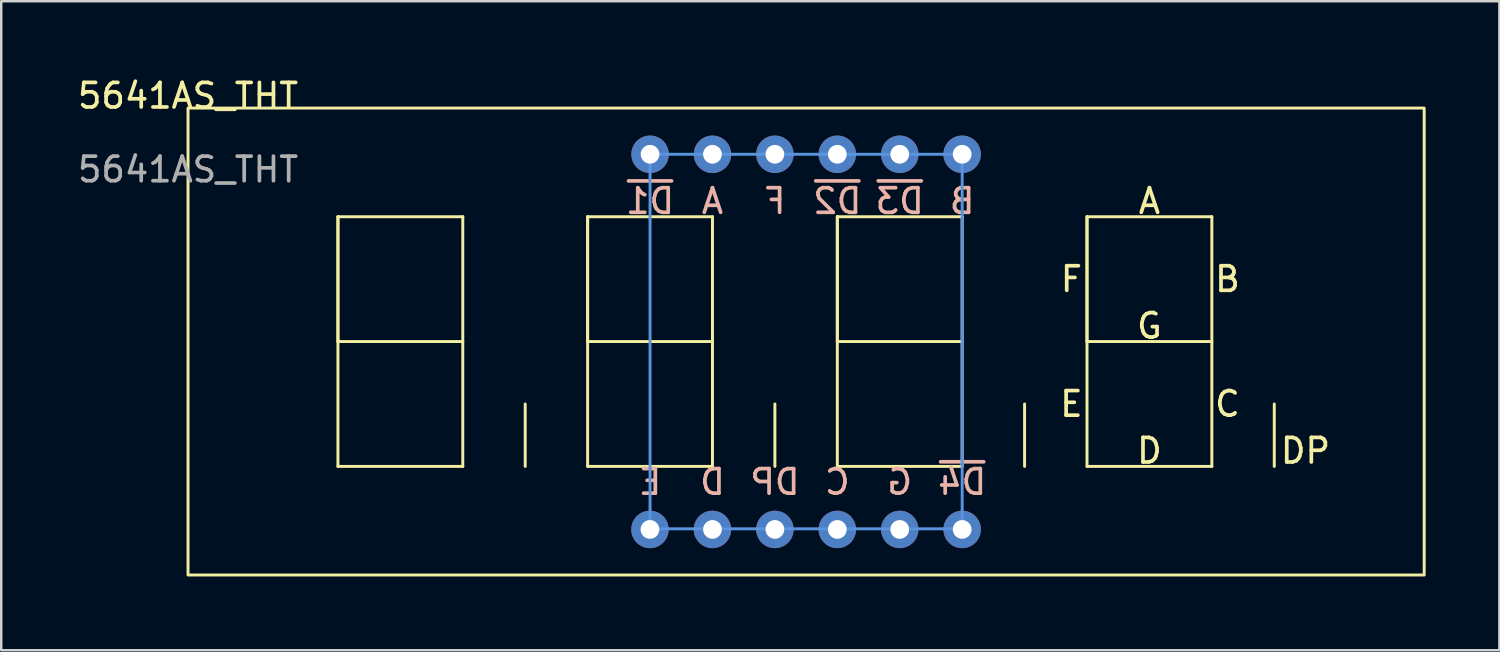
<source format=kicad_pcb>
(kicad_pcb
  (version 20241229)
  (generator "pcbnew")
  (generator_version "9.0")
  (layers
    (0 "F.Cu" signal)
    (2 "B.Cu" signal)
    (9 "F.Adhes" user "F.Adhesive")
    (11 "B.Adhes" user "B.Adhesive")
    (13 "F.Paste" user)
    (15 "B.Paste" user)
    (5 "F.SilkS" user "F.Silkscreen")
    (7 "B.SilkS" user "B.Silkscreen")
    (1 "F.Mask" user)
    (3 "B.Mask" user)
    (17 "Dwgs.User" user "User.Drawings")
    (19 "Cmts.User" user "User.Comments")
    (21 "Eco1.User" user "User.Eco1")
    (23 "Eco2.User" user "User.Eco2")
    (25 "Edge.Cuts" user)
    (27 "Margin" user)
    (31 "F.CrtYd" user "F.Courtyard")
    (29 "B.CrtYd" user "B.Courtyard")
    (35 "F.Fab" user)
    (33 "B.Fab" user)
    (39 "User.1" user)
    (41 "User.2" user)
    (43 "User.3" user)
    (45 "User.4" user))
  (footprint "5641AS_THT"
    (layer "F.Cu")
    (at 23.401 18.468)
    (property "Reference" "5641AS_THT" (at -18.8 -17.62 0) (unlocked yes) (layer "F.SilkS") (effects (font (size 1 1) (thickness 0.15))))
    (attr through_hole)
    (fp_line (start -12.7 -12.7) (end -12.7 -7.62) (stroke (width 0.12) (type solid)) (layer "F.SilkS"))
    (fp_line (start -12.7 -12.7) (end -12.7 -2.54) (stroke (width 0.12) (type solid)) (layer "F.SilkS"))
    (fp_line (start -12.7 -2.54) (end -7.62 -2.54) (stroke (width 0.12) (type solid)) (layer "F.SilkS"))
    (fp_line (start -7.62 -12.7) (end -12.7 -12.7) (stroke (width 0.12) (type solid)) (layer "F.SilkS"))
    (fp_line (start -7.62 -7.62) (end -12.7 -7.62) (stroke (width 0.12) (type solid)) (layer "F.SilkS"))
    (fp_line (start -7.62 -2.54) (end -7.62 -12.7) (stroke (width 0.12) (type solid)) (layer "F.SilkS"))
    (fp_line (start -5.08 -5.08) (end -5.08 -2.54) (stroke (width 0.12) (type solid)) (layer "F.SilkS"))
    (fp_line (start -2.54 -12.7) (end -2.54 -7.62) (stroke (width 0.12) (type solid)) (layer "F.SilkS"))
    (fp_line (start -2.54 -12.7) (end -2.54 -2.54) (stroke (width 0.12) (type solid)) (layer "F.SilkS"))
    (fp_line (start -2.54 -2.54) (end 2.54 -2.54) (stroke (width 0.12) (type solid)) (layer "F.SilkS"))
    (fp_line (start 2.54 -12.7) (end -2.54 -12.7) (stroke (width 0.12) (type solid)) (layer "F.SilkS"))
    (fp_line (start 2.54 -7.62) (end -2.54 -7.62) (stroke (width 0.12) (type solid)) (layer "F.SilkS"))
    (fp_line (start 2.54 -2.54) (end 2.54 -12.7) (stroke (width 0.12) (type solid)) (layer "F.SilkS"))
    (fp_line (start 5.08 -5.08) (end 5.08 -2.54) (stroke (width 0.12) (type solid)) (layer "F.SilkS"))
    (fp_line (start 7.62 -12.7) (end 7.62 -7.62) (stroke (width 0.12) (type solid)) (layer "F.SilkS"))
    (fp_line (start 7.62 -12.7) (end 7.62 -2.54) (stroke (width 0.12) (type solid)) (layer "F.SilkS"))
    (fp_line (start 7.62 -2.54) (end 12.7 -2.54) (stroke (width 0.12) (type solid)) (layer "F.SilkS"))
    (fp_line (start 12.7 -12.7) (end 7.62 -12.7) (stroke (width 0.12) (type solid)) (layer "F.SilkS"))
    (fp_line (start 12.7 -7.62) (end 7.62 -7.62) (stroke (width 0.12) (type solid)) (layer "F.SilkS"))
    (fp_line (start 12.7 -2.54) (end 12.7 -12.7) (stroke (width 0.12) (type solid)) (layer "F.SilkS"))
    (fp_line (start 15.24 -5.08) (end 15.24 -2.54) (stroke (width 0.12) (type solid)) (layer "F.SilkS"))
    (fp_line (start 17.78 -12.7) (end 17.78 -7.62) (stroke (width 0.12) (type solid)) (layer "F.SilkS"))
    (fp_line (start 17.78 -12.7) (end 17.78 -2.54) (stroke (width 0.12) (type solid)) (layer "F.SilkS"))
    (fp_line (start 17.78 -2.54) (end 22.86 -2.54) (stroke (width 0.12) (type solid)) (layer "F.SilkS"))
    (fp_line (start 22.86 -12.7) (end 17.78 -12.7) (stroke (width 0.12) (type solid)) (layer "F.SilkS"))
    (fp_line (start 22.86 -7.62) (end 17.78 -7.62) (stroke (width 0.12) (type solid)) (layer "F.SilkS"))
    (fp_line (start 22.86 -2.54) (end 22.86 -12.7) (stroke (width 0.12) (type solid)) (layer "F.SilkS"))
    (fp_line (start 25.4 -5.08) (end 25.4 -2.54) (stroke (width 0.12) (type solid)) (layer "F.SilkS"))
    (fp_rect (start -18.8 -17.12) (end 31.5 1.88) (stroke (width 0.12) (type solid)) (fill no) (layer "F.SilkS"))
    (fp_rect (start 12.7 0) (end 0 -15.24) (stroke (width 0.12) (type solid)) (fill no) (layer "Cmts.User"))
    (fp_text user "E" (at 17.145 -5.08 0) (unlocked yes) (layer "F.SilkS") (effects (font (size 1 1) (thickness 0.15))))
    (fp_text user "G" (at 20.32 -8.255 0) (unlocked yes) (layer "F.SilkS") (effects (font (size 1 1) (thickness 0.15))))
    (fp_text user "B" (at 23.495 -10.16 0) (unlocked yes) (layer "F.SilkS") (effects (font (size 1 1) (thickness 0.15))))
    (fp_text user "A" (at 20.32 -13.335 0) (unlocked yes) (layer "F.SilkS") (effects (font (size 1 1) (thickness 0.15))))
    (fp_text user "D" (at 20.32 -3.175 0) (unlocked yes) (layer "F.SilkS") (effects (font (size 1 1) (thickness 0.15))))
    (fp_text user "F" (at 17.145 -10.16 0) (unlocked yes) (layer "F.SilkS") (effects (font (size 1 1) (thickness 0.15))))
    (fp_text user "C" (at 23.495 -5.08 0) (unlocked yes) (layer "F.SilkS") (effects (font (size 1 1) (thickness 0.15))))
    (fp_text user "DP" (at 26.67 -3.175 0) (unlocked yes) (layer "F.SilkS") (effects (font (size 1 1) (thickness 0.15))))
    (fp_text user "D" (at 2.54 -1.905 0) (unlocked yes) (layer "B.SilkS") (effects (font (size 1 1) (thickness 0.15)) (justify mirror)))
    (fp_text user "DP" (at 5.08 -1.905 0) (unlocked yes) (layer "B.SilkS") (effects (font (size 1 1) (thickness 0.15)) (justify mirror)))
    (fp_text user "~{D2}" (at 7.62 -13.335 0) (unlocked yes) (layer "B.SilkS") (effects (font (size 1 1) (thickness 0.15)) (justify mirror)))
    (fp_text user "~{D1}" (at 0 -13.335 0) (unlocked yes) (layer "B.SilkS") (effects (font (size 1 1) (thickness 0.15)) (justify mirror)))
    (fp_text user "~{D4}" (at 12.7 -1.905 0) (unlocked yes) (layer "B.SilkS") (effects (font (size 1 1) (thickness 0.15)) (justify mirror)))
    (fp_text user "B" (at 12.7 -13.335 0) (unlocked yes) (layer "B.SilkS") (effects (font (size 1 1) (thickness 0.15)) (justify mirror)))
    (fp_text user "G" (at 10.16 -1.905 0) (unlocked yes) (layer "B.SilkS") (effects (font (size 1 1) (thickness 0.15)) (justify mirror)))
    (fp_text user "F" (at 5.08 -13.335 0) (unlocked yes) (layer "B.SilkS") (effects (font (size 1 1) (thickness 0.15)) (justify mirror)))
    (fp_text user "E" (at 0 -1.905 0) (unlocked yes) (layer "B.SilkS") (effects (font (size 1 1) (thickness 0.15)) (justify mirror)))
    (fp_text user "~{D3}" (at 10.16 -13.335 0) (unlocked yes) (layer "B.SilkS") (effects (font (size 1 1) (thickness 0.15)) (justify mirror)))
    (fp_text user "C" (at 7.62 -1.905 0) (unlocked yes) (layer "B.SilkS") (effects (font (size 1 1) (thickness 0.15)) (justify mirror)))
    (fp_text user "A" (at 2.54 -13.335 0) (unlocked yes) (layer "B.SilkS") (effects (font (size 1 1) (thickness 0.15))))
    (fp_text user "${REFERENCE}" (at -18.8 -14.62 0) (unlocked yes) (layer "F.Fab") (effects (font (size 1 1) (thickness 0.15))))
    (pad "1" thru_hole circle (at -0.004 0.025) (size 1.524 1.524) (drill 0.762) (layers "*.Cu" "*.Mask"))
    (pad "2" thru_hole circle (at 2.54 0.025) (size 1.524 1.524) (drill 0.762) (layers "*.Cu" "*.Mask"))
    (pad "3" thru_hole circle (at 5.08 0.025) (size 1.524 1.524) (drill 0.762) (layers "*.Cu" "*.Mask"))
    (pad "4" thru_hole circle (at 7.62 0.025) (size 1.524 1.524) (drill 0.762) (layers "*.Cu" "*.Mask"))
    (pad "5" thru_hole circle (at 10.16 0.025) (size 1.524 1.524) (drill 0.762) (layers "*.Cu" "*.Mask"))
    (pad "6" thru_hole circle (at 12.7 0.025) (size 1.524 1.524) (drill 0.762) (layers "*.Cu" "*.Mask"))
    (pad "7" thru_hole circle (at 12.7 -15.24) (size 1.524 1.524) (drill 0.762) (layers "*.Cu" "*.Mask"))
    (pad "8" thru_hole circle (at 10.16 -15.24) (size 1.524 1.524) (drill 0.762) (layers "*.Cu" "*.Mask"))
    (pad "9" thru_hole circle (at 7.62 -15.24) (size 1.524 1.524) (drill 0.762) (layers "*.Cu" "*.Mask"))
    (pad "10" thru_hole circle (at 5.08 -15.24) (size 1.524 1.524) (drill 0.762) (layers "*.Cu" "*.Mask"))
    (pad "11" thru_hole circle (at 2.54 -15.24) (size 1.524 1.524) (drill 0.762) (layers "*.Cu" "*.Mask"))
    (pad "12" thru_hole circle (at 0 -15.24) (size 1.524 1.524) (drill 0.762) (layers "*.Cu" "*.Mask")))
  (gr_rect
    (start -3 -3)
    (end 57.961 23.408)
    (stroke (width 0.1) (type default))
    (fill no)
    (layer "Edge.Cuts")))
</source>
